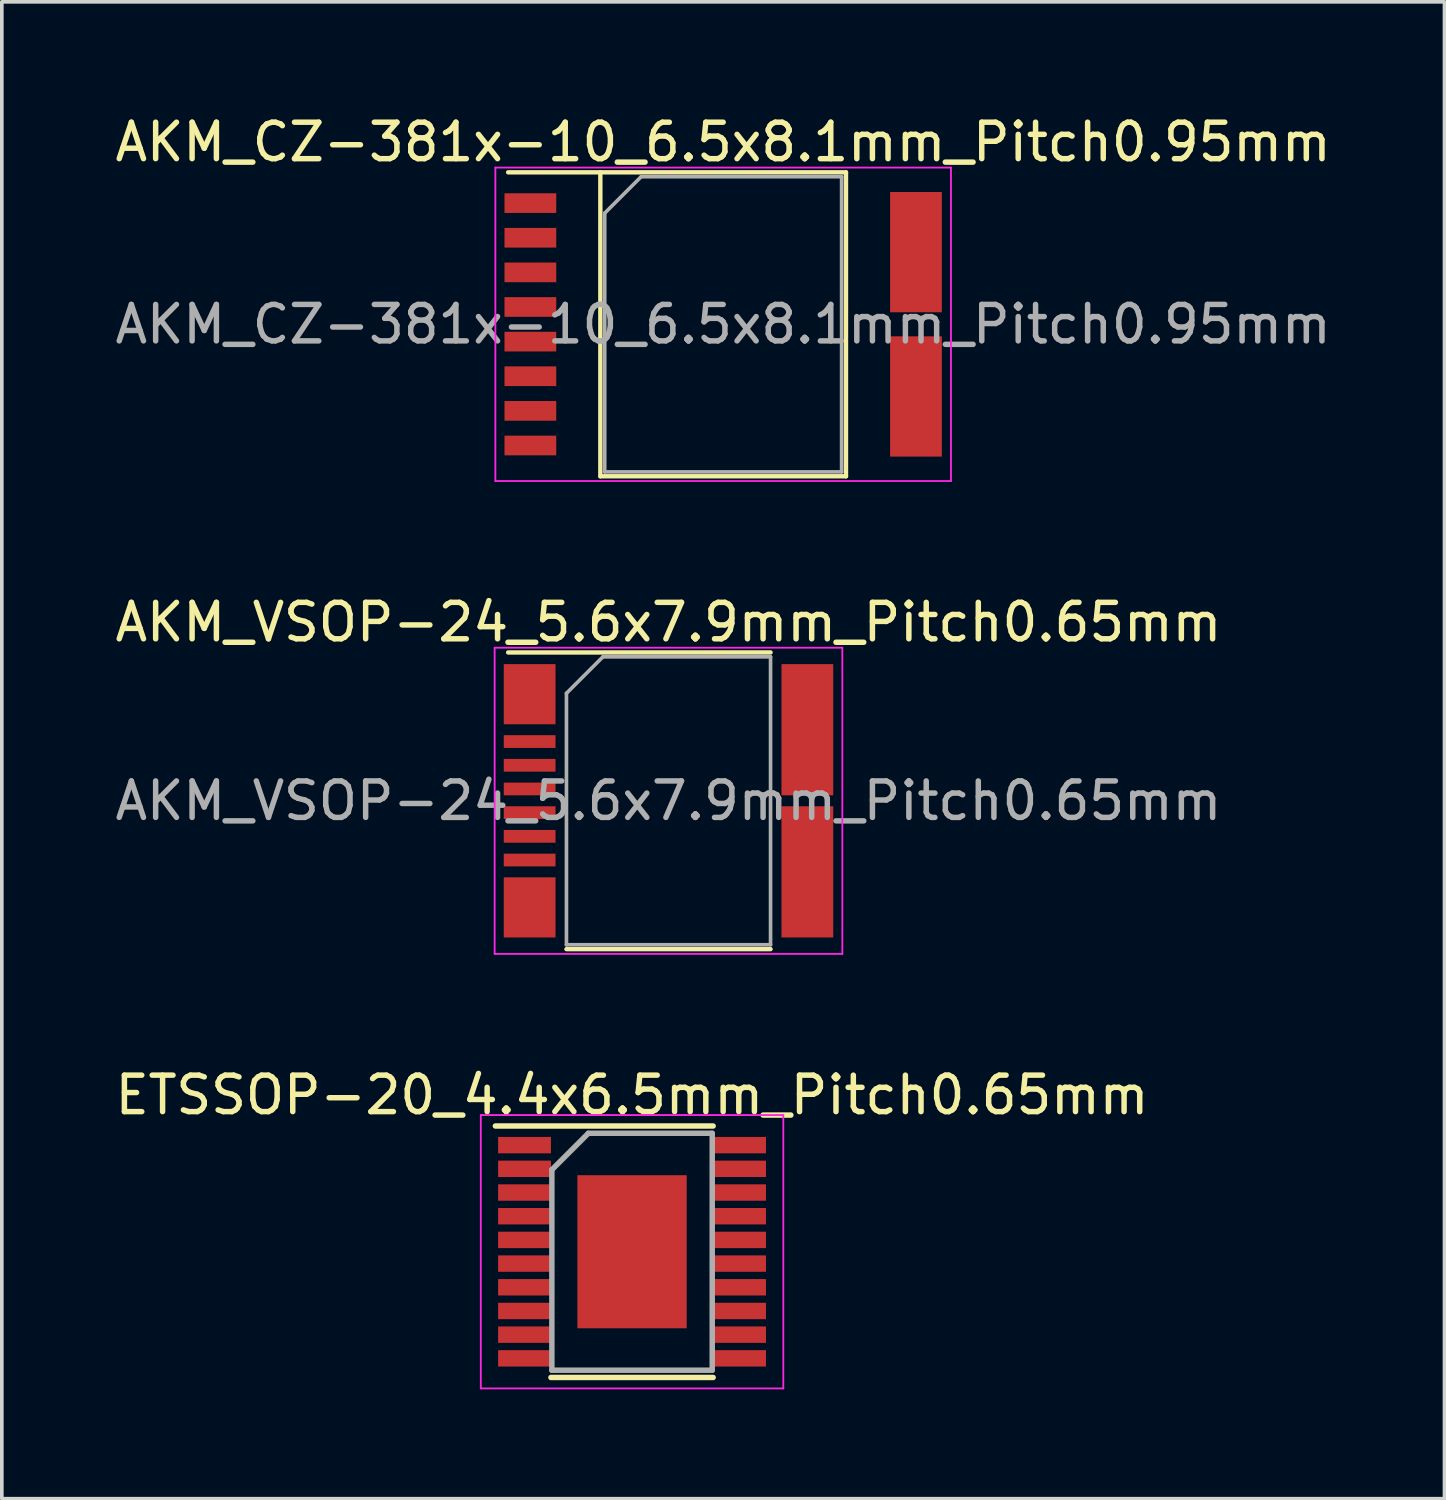
<source format=kicad_pcb>
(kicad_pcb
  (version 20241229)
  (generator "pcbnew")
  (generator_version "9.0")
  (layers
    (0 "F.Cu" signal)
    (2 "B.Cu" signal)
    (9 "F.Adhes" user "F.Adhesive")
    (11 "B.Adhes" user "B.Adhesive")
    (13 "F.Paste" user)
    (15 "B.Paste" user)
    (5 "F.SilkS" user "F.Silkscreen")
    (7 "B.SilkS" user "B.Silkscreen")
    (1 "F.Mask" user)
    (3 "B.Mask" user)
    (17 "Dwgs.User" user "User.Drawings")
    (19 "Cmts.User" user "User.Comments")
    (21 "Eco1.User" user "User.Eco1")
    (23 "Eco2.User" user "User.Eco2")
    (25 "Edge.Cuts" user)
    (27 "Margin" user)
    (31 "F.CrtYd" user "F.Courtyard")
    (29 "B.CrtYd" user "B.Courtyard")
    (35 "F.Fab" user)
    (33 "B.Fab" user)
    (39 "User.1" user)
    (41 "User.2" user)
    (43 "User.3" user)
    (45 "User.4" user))
  (footprint "AKM_CZ-381x-10_6.5x8.1mm_Pitch0.95mm"
    (layer "F.Cu")
    (at 16.792 5.848)
    (property "Reference" "AKM_CZ-381x-10_6.5x8.1mm_Pitch0.95mm" (at 0 -5 0) (layer "F.SilkS") (effects (font (size 1 1) (thickness 0.15))))
    (attr smd)
    (fp_line (start -3.37 4.17) (end -3.37 -4.17) (stroke (width 0.12) (type solid)) (layer "F.SilkS"))
    (fp_line (start 3.37 -4.17) (end -5.9 -4.17) (stroke (width 0.12) (type solid)) (layer "F.SilkS"))
    (fp_line (start 3.37 -4.17) (end 3.37 4.17) (stroke (width 0.12) (type solid)) (layer "F.SilkS"))
    (fp_line (start 3.37 4.17) (end -3.37 4.17) (stroke (width 0.12) (type solid)) (layer "F.SilkS"))
    (fp_line (start -6.25 -4.3) (end 6.25 -4.3) (stroke (width 0.05) (type solid)) (layer "F.CrtYd"))
    (fp_line (start -6.25 4.3) (end -6.25 -4.3) (stroke (width 0.05) (type solid)) (layer "F.CrtYd"))
    (fp_line (start 6.25 -4.3) (end 6.25 4.3) (stroke (width 0.05) (type solid)) (layer "F.CrtYd"))
    (fp_line (start 6.25 4.3) (end -6.25 4.3) (stroke (width 0.05) (type solid)) (layer "F.CrtYd"))
    (fp_line (start -3.25 -3.05) (end -2.25 -4.05) (stroke (width 0.1) (type solid)) (layer "F.Fab"))
    (fp_line (start -3.25 4.05) (end -3.25 -3.05) (stroke (width 0.1) (type solid)) (layer "F.Fab"))
    (fp_line (start -2.25 -4.05) (end 3.25 -4.05) (stroke (width 0.1) (type solid)) (layer "F.Fab"))
    (fp_line (start 3.25 -4.05) (end 3.25 4.05) (stroke (width 0.1) (type solid)) (layer "F.Fab"))
    (fp_line (start 3.25 4.05) (end -3.25 4.05) (stroke (width 0.1) (type solid)) (layer "F.Fab"))
    (fp_text user "${REFERENCE}" (at 0 0 0) (layer "F.Fab") (effects (font (size 1 1) (thickness 0.15))))
    (pad "1" smd rect (at -5.29 -3.325) (size 1.42 0.54) (layers "F.Cu" "F.Mask" "F.Paste"))
    (pad "2" smd rect (at -5.29 -2.375) (size 1.42 0.54) (layers "F.Cu" "F.Mask" "F.Paste"))
    (pad "3" smd rect (at -5.29 -1.425) (size 1.42 0.54) (layers "F.Cu" "F.Mask" "F.Paste"))
    (pad "4" smd rect (at -5.29 -0.475) (size 1.42 0.54) (layers "F.Cu" "F.Mask" "F.Paste"))
    (pad "5" smd rect (at -5.29 0.475) (size 1.42 0.54) (layers "F.Cu" "F.Mask" "F.Paste"))
    (pad "6" smd rect (at -5.29 1.425) (size 1.42 0.54) (layers "F.Cu" "F.Mask" "F.Paste"))
    (pad "7" smd rect (at -5.29 2.375) (size 1.42 0.54) (layers "F.Cu" "F.Mask" "F.Paste"))
    (pad "8" smd rect (at -5.29 3.325) (size 1.42 0.54) (layers "F.Cu" "F.Mask" "F.Paste"))
    (pad "9" smd rect (at 5.29 1.98) (size 1.42 3.3) (layers "F.Cu" "F.Mask" "F.Paste"))
    (pad "10" smd rect (at 5.29 -1.98) (size 1.42 3.3) (layers "F.Cu" "F.Mask" "F.Paste")))
  (footprint "ETSSOP-20_4.4x6.5mm_Pitch0.65mm"
    (layer "F.Cu")
    (at 14.292 31.295)
    (property "Reference" "ETSSOP-20_4.4x6.5mm_Pitch0.65mm" (at 0 -4.3 0) (layer "F.SilkS") (effects (font (size 1 1) (thickness 0.15))))
    (attr smd)
    (fp_line (start -3.75 -3.45) (end 2.225 -3.45) (stroke (width 0.15) (type solid)) (layer "F.SilkS"))
    (fp_line (start -2.225 3.45) (end 2.225 3.45) (stroke (width 0.15) (type solid)) (layer "F.SilkS"))
    (fp_line (start -4.15 -3.75) (end -4.15 3.75) (stroke (width 0.05) (type solid)) (layer "F.CrtYd"))
    (fp_line (start -4.15 -3.75) (end 4.15 -3.75) (stroke (width 0.05) (type solid)) (layer "F.CrtYd"))
    (fp_line (start -4.15 3.75) (end 4.15 3.75) (stroke (width 0.05) (type solid)) (layer "F.CrtYd"))
    (fp_line (start 4.15 -3.75) (end 4.15 3.75) (stroke (width 0.05) (type solid)) (layer "F.CrtYd"))
    (fp_line (start -2.2 -2.25) (end -1.2 -3.25) (stroke (width 0.15) (type solid)) (layer "F.Fab"))
    (fp_line (start -2.2 3.25) (end -2.2 -2.25) (stroke (width 0.15) (type solid)) (layer "F.Fab"))
    (fp_line (start -1.2 -3.25) (end 2.2 -3.25) (stroke (width 0.15) (type solid)) (layer "F.Fab"))
    (fp_line (start 2.2 -3.25) (end 2.2 3.25) (stroke (width 0.15) (type solid)) (layer "F.Fab"))
    (fp_line (start 2.2 3.25) (end -2.2 3.25) (stroke (width 0.15) (type solid)) (layer "F.Fab"))
    (pad "1" smd rect (at -2.95 -2.925) (size 1.45 0.45) (layers "F.Cu" "F.Mask" "F.Paste"))
    (pad "2" smd rect (at -2.95 -2.275) (size 1.45 0.45) (layers "F.Cu" "F.Mask" "F.Paste"))
    (pad "3" smd rect (at -2.95 -1.625) (size 1.45 0.45) (layers "F.Cu" "F.Mask" "F.Paste"))
    (pad "4" smd rect (at -2.95 -0.975) (size 1.45 0.45) (layers "F.Cu" "F.Mask" "F.Paste"))
    (pad "5" smd rect (at -2.95 -0.325) (size 1.45 0.45) (layers "F.Cu" "F.Mask" "F.Paste"))
    (pad "6" smd rect (at -2.95 0.325) (size 1.45 0.45) (layers "F.Cu" "F.Mask" "F.Paste"))
    (pad "7" smd rect (at -2.95 0.975) (size 1.45 0.45) (layers "F.Cu" "F.Mask" "F.Paste"))
    (pad "8" smd rect (at -2.95 1.625) (size 1.45 0.45) (layers "F.Cu" "F.Mask" "F.Paste"))
    (pad "9" smd rect (at -2.95 2.275) (size 1.45 0.45) (layers "F.Cu" "F.Mask" "F.Paste"))
    (pad "10" smd rect (at -2.95 2.925) (size 1.45 0.45) (layers "F.Cu" "F.Mask" "F.Paste"))
    (pad "11" smd rect (at 2.95 2.925) (size 1.45 0.45) (layers "F.Cu" "F.Mask" "F.Paste"))
    (pad "12" smd rect (at 2.95 2.275) (size 1.45 0.45) (layers "F.Cu" "F.Mask" "F.Paste"))
    (pad "13" smd rect (at 2.95 1.625) (size 1.45 0.45) (layers "F.Cu" "F.Mask" "F.Paste"))
    (pad "14" smd rect (at 2.95 0.975) (size 1.45 0.45) (layers "F.Cu" "F.Mask" "F.Paste"))
    (pad "15" smd rect (at 2.95 0.325) (size 1.45 0.45) (layers "F.Cu" "F.Mask" "F.Paste"))
    (pad "16" smd rect (at 2.95 -0.325) (size 1.45 0.45) (layers "F.Cu" "F.Mask" "F.Paste"))
    (pad "17" smd rect (at 2.95 -0.975) (size 1.45 0.45) (layers "F.Cu" "F.Mask" "F.Paste"))
    (pad "18" smd rect (at 2.95 -1.625) (size 1.45 0.45) (layers "F.Cu" "F.Mask" "F.Paste"))
    (pad "19" smd rect (at 2.95 -2.275) (size 1.45 0.45) (layers "F.Cu" "F.Mask" "F.Paste"))
    (pad "20" smd rect (at 2.95 -2.925) (size 1.45 0.45) (layers "F.Cu" "F.Mask" "F.Paste"))
    (pad "21" smd rect (at 0 0) (size 3 4.2) (layers "F.Cu" "F.Mask" "F.Paste")))
  (footprint "AKM_VSOP-24_5.6x7.9mm_Pitch0.65mm"
    (layer "F.Cu")
    (at 15.292 18.922)
    (property "Reference" "AKM_VSOP-24_5.6x7.9mm_Pitch0.65mm" (at 0 -4.9 0) (layer "F.SilkS") (effects (font (size 1 1) (thickness 0.15))))
    (attr smd)
    (fp_line (start 2.8 -4.07) (end -4.4 -4.07) (stroke (width 0.12) (type solid)) (layer "F.SilkS"))
    (fp_line (start 2.8 4.07) (end -2.8 4.07) (stroke (width 0.12) (type solid)) (layer "F.SilkS"))
    (fp_line (start -4.77 -4.2) (end 4.77 -4.2) (stroke (width 0.05) (type solid)) (layer "F.CrtYd"))
    (fp_line (start -4.77 4.2) (end -4.77 -4.2) (stroke (width 0.05) (type solid)) (layer "F.CrtYd"))
    (fp_line (start 4.77 -4.2) (end 4.77 4.2) (stroke (width 0.05) (type solid)) (layer "F.CrtYd"))
    (fp_line (start 4.77 4.2) (end -4.77 4.2) (stroke (width 0.05) (type solid)) (layer "F.CrtYd"))
    (fp_line (start -2.8 -2.95) (end -1.8 -3.95) (stroke (width 0.1) (type solid)) (layer "F.Fab"))
    (fp_line (start -2.8 3.95) (end -2.8 -2.95) (stroke (width 0.1) (type solid)) (layer "F.Fab"))
    (fp_line (start -1.8 -3.95) (end 2.8 -3.95) (stroke (width 0.1) (type solid)) (layer "F.Fab"))
    (fp_line (start 2.8 -3.95) (end 2.8 3.95) (stroke (width 0.1) (type solid)) (layer "F.Fab"))
    (fp_line (start 2.8 3.95) (end -2.8 3.95) (stroke (width 0.1) (type solid)) (layer "F.Fab"))
    (fp_text user "${REFERENCE}" (at 0 0 0) (layer "F.Fab") (effects (font (size 1 1) (thickness 0.15))))
    (pad "1" smd rect (at -3.81 -2.925) (size 1.42 1.65) (layers "F.Cu" "F.Mask" "F.Paste"))
    (pad "2" smd rect (at -3.81 -1.625) (size 1.42 0.35) (layers "F.Cu" "F.Mask" "F.Paste"))
    (pad "3" smd rect (at -3.81 -0.975) (size 1.42 0.35) (layers "F.Cu" "F.Mask" "F.Paste"))
    (pad "4" smd rect (at -3.81 -0.325) (size 1.42 0.35) (layers "F.Cu" "F.Mask" "F.Paste"))
    (pad "5" smd rect (at -3.81 0.325) (size 1.42 0.35) (layers "F.Cu" "F.Mask" "F.Paste"))
    (pad "6" smd rect (at -3.81 0.975) (size 1.42 0.35) (layers "F.Cu" "F.Mask" "F.Paste"))
    (pad "7" smd rect (at -3.81 1.625) (size 1.42 0.35) (layers "F.Cu" "F.Mask" "F.Paste"))
    (pad "8" smd rect (at -3.81 2.925) (size 1.42 1.65) (layers "F.Cu" "F.Mask" "F.Paste"))
    (pad "9" smd rect (at 3.81 1.95) (size 1.42 3.6) (layers "F.Cu" "F.Mask" "F.Paste"))
    (pad "10" smd rect (at 3.81 -1.95) (size 1.42 3.6) (layers "F.Cu" "F.Mask" "F.Paste")))
  (gr_rect
    (start -3 -3)
    (end 36.583 38.07)
    (stroke (width 0.1) (type default))
    (fill no)
    (layer "Edge.Cuts")))
</source>
